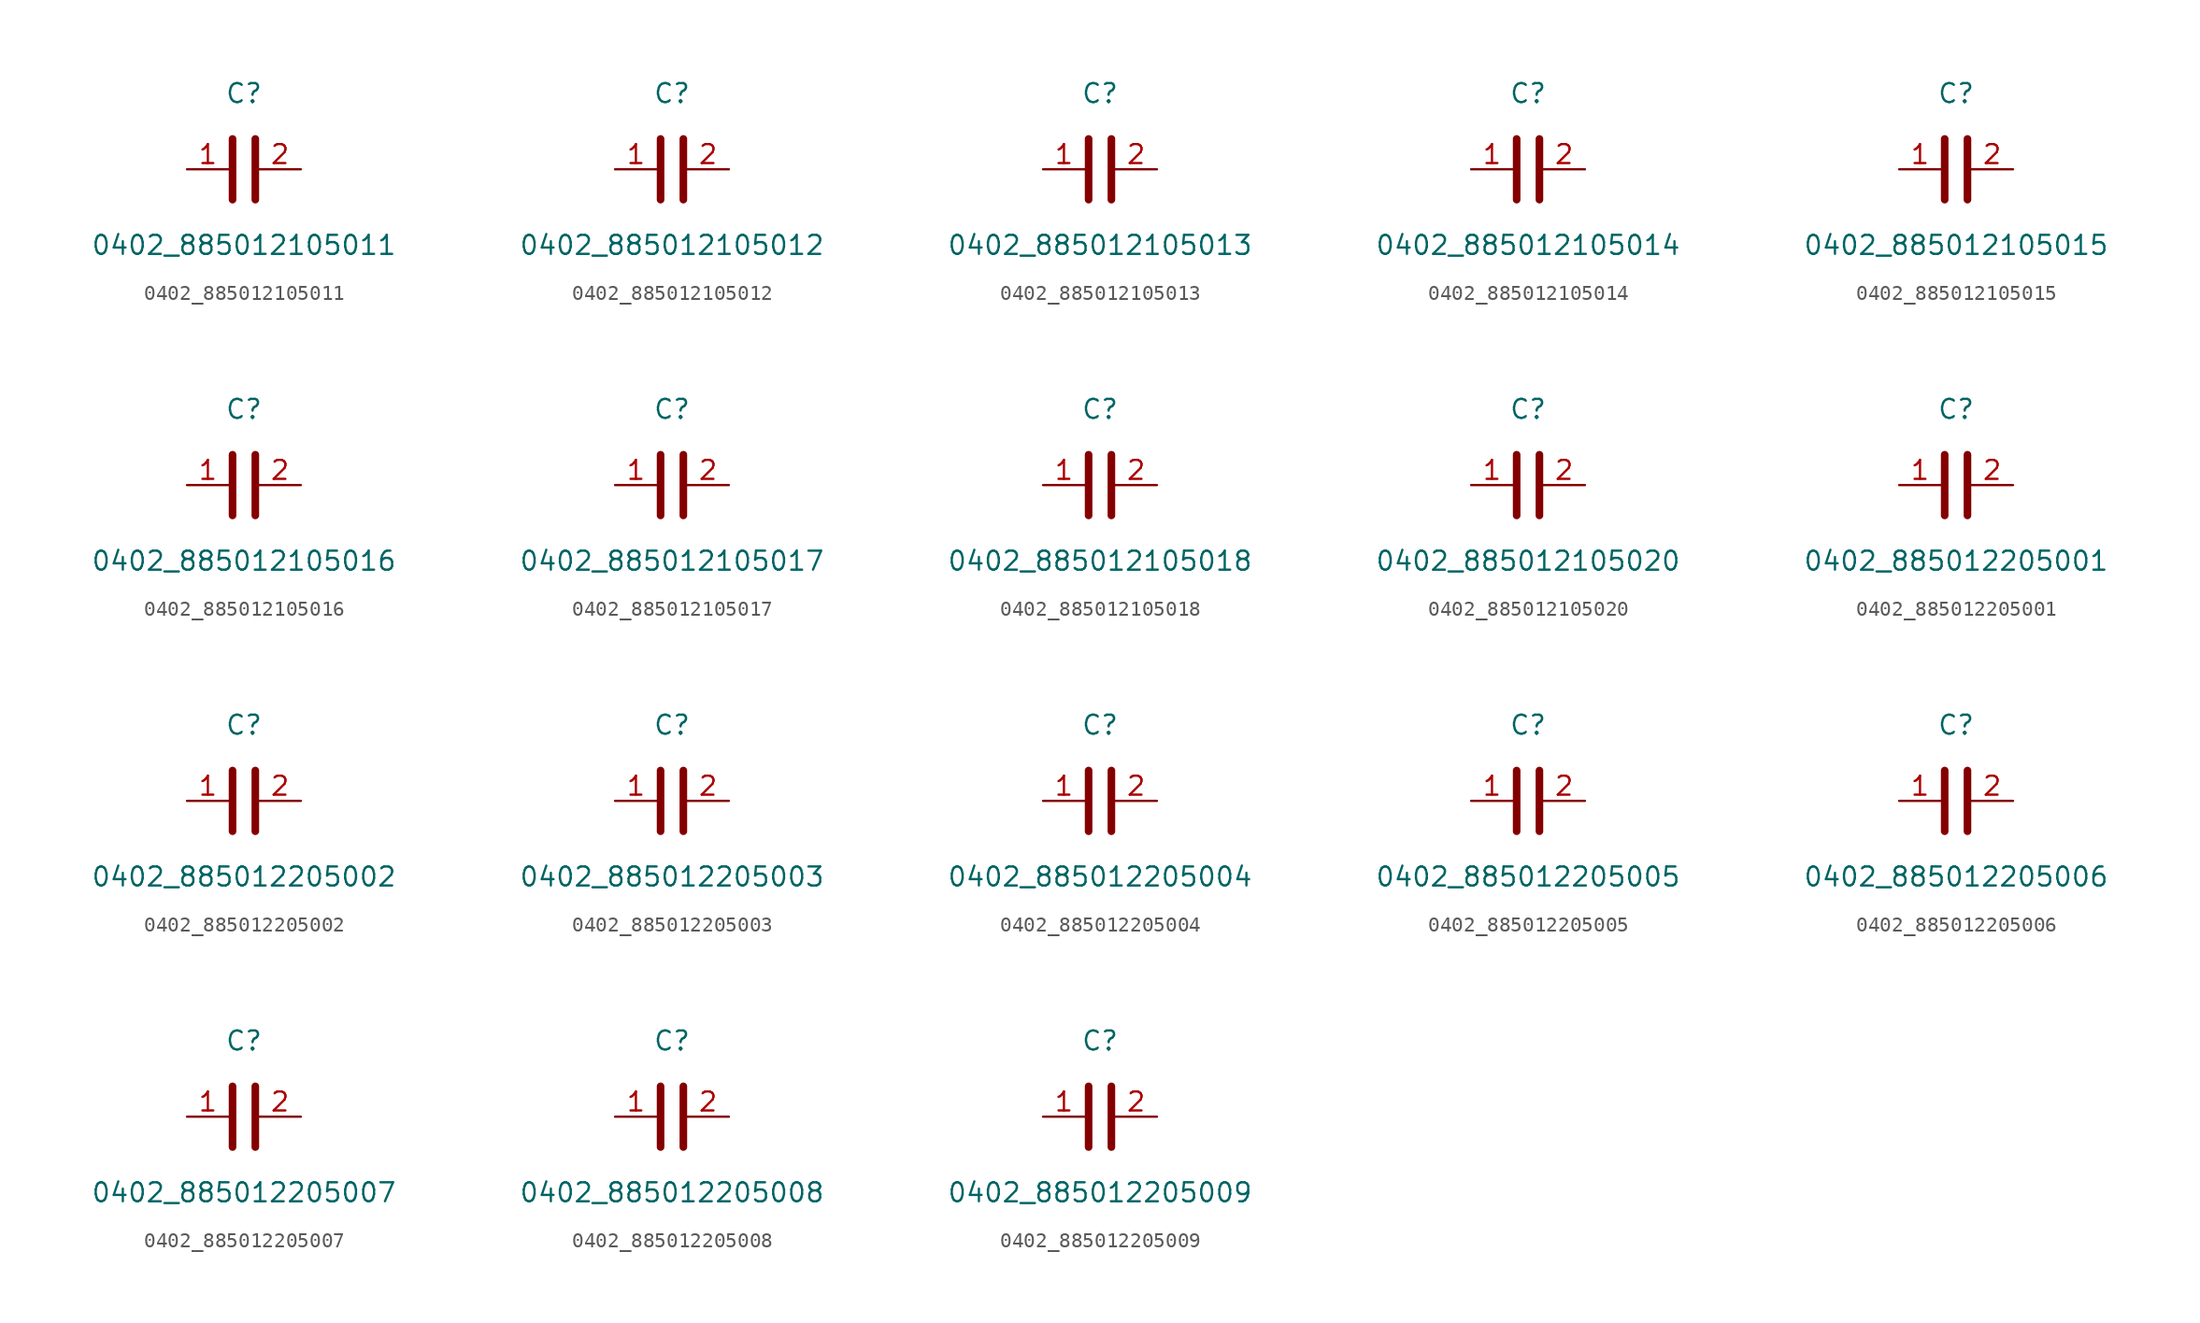
<source format=kicad_sym>
(kicad_symbol_lib
  (version 20220914)
  (generator kicad_symbol_editor)
  (symbol "0402_885012105011"
    (pin_names hide)
    (property "Reference" "C"
      (at 0 5.08 0)
      (effects (font (size 1.27 1.27))))
    (property "Value" "0402_885012105011"
      (at 0 -5.08 0)
      (effects (font (size 1.27 1.27))))
    (symbol "0402_885012105011_0_1"
      (polyline (pts (xy -0.762 -2.032) (xy -0.762 2.032)) (stroke (width 0.508) (type default)) (fill (type none)))
      (polyline (pts (xy 0.762 -2.032) (xy 0.762 2.032)) (stroke (width 0.508) (type default)) (fill (type none))))
    (symbol "0402_885012105011_1_1"
      (pin passive line (at -3.81 0 0) (length 2.794) (name "1" (effects (font (size 1.27 1.27)))) (number "1" (effects (font (size 1.27 1.27)))))
      (pin passive line (at 3.81 0 180) (length 2.794) (name "2" (effects (font (size 1.27 1.27)))) (number "2" (effects (font (size 1.27 1.27)))))))
  (symbol "0402_885012105012"
    (pin_names hide)
    (property "Reference" "C"
      (at 0 5.08 0)
      (effects (font (size 1.27 1.27))))
    (property "Value" "0402_885012105012"
      (at 0 -5.08 0)
      (effects (font (size 1.27 1.27))))
    (symbol "0402_885012105012_0_1"
      (polyline (pts (xy -0.762 -2.032) (xy -0.762 2.032)) (stroke (width 0.508) (type default)) (fill (type none)))
      (polyline (pts (xy 0.762 -2.032) (xy 0.762 2.032)) (stroke (width 0.508) (type default)) (fill (type none))))
    (symbol "0402_885012105012_1_1"
      (pin passive line (at -3.81 0 0) (length 2.794) (name "1" (effects (font (size 1.27 1.27)))) (number "1" (effects (font (size 1.27 1.27)))))
      (pin passive line (at 3.81 0 180) (length 2.794) (name "2" (effects (font (size 1.27 1.27)))) (number "2" (effects (font (size 1.27 1.27)))))))
  (symbol "0402_885012105013"
    (pin_names hide)
    (property "Reference" "C"
      (at 0 5.08 0)
      (effects (font (size 1.27 1.27))))
    (property "Value" "0402_885012105013"
      (at 0 -5.08 0)
      (effects (font (size 1.27 1.27))))
    (symbol "0402_885012105013_0_1"
      (polyline (pts (xy -0.762 -2.032) (xy -0.762 2.032)) (stroke (width 0.508) (type default)) (fill (type none)))
      (polyline (pts (xy 0.762 -2.032) (xy 0.762 2.032)) (stroke (width 0.508) (type default)) (fill (type none))))
    (symbol "0402_885012105013_1_1"
      (pin passive line (at -3.81 0 0) (length 2.794) (name "1" (effects (font (size 1.27 1.27)))) (number "1" (effects (font (size 1.27 1.27)))))
      (pin passive line (at 3.81 0 180) (length 2.794) (name "2" (effects (font (size 1.27 1.27)))) (number "2" (effects (font (size 1.27 1.27)))))))
  (symbol "0402_885012105014"
    (pin_names hide)
    (property "Reference" "C"
      (at 0 5.08 0)
      (effects (font (size 1.27 1.27))))
    (property "Value" "0402_885012105014"
      (at 0 -5.08 0)
      (effects (font (size 1.27 1.27))))
    (symbol "0402_885012105014_0_1"
      (polyline (pts (xy -0.762 -2.032) (xy -0.762 2.032)) (stroke (width 0.508) (type default)) (fill (type none)))
      (polyline (pts (xy 0.762 -2.032) (xy 0.762 2.032)) (stroke (width 0.508) (type default)) (fill (type none))))
    (symbol "0402_885012105014_1_1"
      (pin passive line (at -3.81 0 0) (length 2.794) (name "1" (effects (font (size 1.27 1.27)))) (number "1" (effects (font (size 1.27 1.27)))))
      (pin passive line (at 3.81 0 180) (length 2.794) (name "2" (effects (font (size 1.27 1.27)))) (number "2" (effects (font (size 1.27 1.27)))))))
  (symbol "0402_885012105015"
    (pin_names hide)
    (property "Reference" "C"
      (at 0 5.08 0)
      (effects (font (size 1.27 1.27))))
    (property "Value" "0402_885012105015"
      (at 0 -5.08 0)
      (effects (font (size 1.27 1.27))))
    (symbol "0402_885012105015_0_1"
      (polyline (pts (xy -0.762 -2.032) (xy -0.762 2.032)) (stroke (width 0.508) (type default)) (fill (type none)))
      (polyline (pts (xy 0.762 -2.032) (xy 0.762 2.032)) (stroke (width 0.508) (type default)) (fill (type none))))
    (symbol "0402_885012105015_1_1"
      (pin passive line (at -3.81 0 0) (length 2.794) (name "1" (effects (font (size 1.27 1.27)))) (number "1" (effects (font (size 1.27 1.27)))))
      (pin passive line (at 3.81 0 180) (length 2.794) (name "2" (effects (font (size 1.27 1.27)))) (number "2" (effects (font (size 1.27 1.27)))))))
  (symbol "0402_885012105016"
    (pin_names hide)
    (property "Reference" "C"
      (at 0 5.08 0)
      (effects (font (size 1.27 1.27))))
    (property "Value" "0402_885012105016"
      (at 0 -5.08 0)
      (effects (font (size 1.27 1.27))))
    (symbol "0402_885012105016_0_1"
      (polyline (pts (xy -0.762 -2.032) (xy -0.762 2.032)) (stroke (width 0.508) (type default)) (fill (type none)))
      (polyline (pts (xy 0.762 -2.032) (xy 0.762 2.032)) (stroke (width 0.508) (type default)) (fill (type none))))
    (symbol "0402_885012105016_1_1"
      (pin passive line (at -3.81 0 0) (length 2.794) (name "1" (effects (font (size 1.27 1.27)))) (number "1" (effects (font (size 1.27 1.27)))))
      (pin passive line (at 3.81 0 180) (length 2.794) (name "2" (effects (font (size 1.27 1.27)))) (number "2" (effects (font (size 1.27 1.27)))))))
  (symbol "0402_885012105017"
    (pin_names hide)
    (property "Reference" "C"
      (at 0 5.08 0)
      (effects (font (size 1.27 1.27))))
    (property "Value" "0402_885012105017"
      (at 0 -5.08 0)
      (effects (font (size 1.27 1.27))))
    (symbol "0402_885012105017_0_1"
      (polyline (pts (xy -0.762 -2.032) (xy -0.762 2.032)) (stroke (width 0.508) (type default)) (fill (type none)))
      (polyline (pts (xy 0.762 -2.032) (xy 0.762 2.032)) (stroke (width 0.508) (type default)) (fill (type none))))
    (symbol "0402_885012105017_1_1"
      (pin passive line (at -3.81 0 0) (length 2.794) (name "1" (effects (font (size 1.27 1.27)))) (number "1" (effects (font (size 1.27 1.27)))))
      (pin passive line (at 3.81 0 180) (length 2.794) (name "2" (effects (font (size 1.27 1.27)))) (number "2" (effects (font (size 1.27 1.27)))))))
  (symbol "0402_885012105018"
    (pin_names hide)
    (property "Reference" "C"
      (at 0 5.08 0)
      (effects (font (size 1.27 1.27))))
    (property "Value" "0402_885012105018"
      (at 0 -5.08 0)
      (effects (font (size 1.27 1.27))))
    (symbol "0402_885012105018_0_1"
      (polyline (pts (xy -0.762 -2.032) (xy -0.762 2.032)) (stroke (width 0.508) (type default)) (fill (type none)))
      (polyline (pts (xy 0.762 -2.032) (xy 0.762 2.032)) (stroke (width 0.508) (type default)) (fill (type none))))
    (symbol "0402_885012105018_1_1"
      (pin passive line (at -3.81 0 0) (length 2.794) (name "1" (effects (font (size 1.27 1.27)))) (number "1" (effects (font (size 1.27 1.27)))))
      (pin passive line (at 3.81 0 180) (length 2.794) (name "2" (effects (font (size 1.27 1.27)))) (number "2" (effects (font (size 1.27 1.27)))))))
  (symbol "0402_885012105020"
    (pin_names hide)
    (property "Reference" "C"
      (at 0 5.08 0)
      (effects (font (size 1.27 1.27))))
    (property "Value" "0402_885012105020"
      (at 0 -5.08 0)
      (effects (font (size 1.27 1.27))))
    (symbol "0402_885012105020_0_1"
      (polyline (pts (xy -0.762 -2.032) (xy -0.762 2.032)) (stroke (width 0.508) (type default)) (fill (type none)))
      (polyline (pts (xy 0.762 -2.032) (xy 0.762 2.032)) (stroke (width 0.508) (type default)) (fill (type none))))
    (symbol "0402_885012105020_1_1"
      (pin passive line (at -3.81 0 0) (length 2.794) (name "1" (effects (font (size 1.27 1.27)))) (number "1" (effects (font (size 1.27 1.27)))))
      (pin passive line (at 3.81 0 180) (length 2.794) (name "2" (effects (font (size 1.27 1.27)))) (number "2" (effects (font (size 1.27 1.27)))))))
  (symbol "0402_885012205001"
    (pin_names hide)
    (property "Reference" "C"
      (at 0 5.08 0)
      (effects (font (size 1.27 1.27))))
    (property "Value" "0402_885012205001"
      (at 0 -5.08 0)
      (effects (font (size 1.27 1.27))))
    (symbol "0402_885012205001_0_1"
      (polyline (pts (xy -0.762 -2.032) (xy -0.762 2.032)) (stroke (width 0.508) (type default)) (fill (type none)))
      (polyline (pts (xy 0.762 -2.032) (xy 0.762 2.032)) (stroke (width 0.508) (type default)) (fill (type none))))
    (symbol "0402_885012205001_1_1"
      (pin passive line (at -3.81 0 0) (length 2.794) (name "1" (effects (font (size 1.27 1.27)))) (number "1" (effects (font (size 1.27 1.27)))))
      (pin passive line (at 3.81 0 180) (length 2.794) (name "2" (effects (font (size 1.27 1.27)))) (number "2" (effects (font (size 1.27 1.27)))))))
  (symbol "0402_885012205002"
    (pin_names hide)
    (property "Reference" "C"
      (at 0 5.08 0)
      (effects (font (size 1.27 1.27))))
    (property "Value" "0402_885012205002"
      (at 0 -5.08 0)
      (effects (font (size 1.27 1.27))))
    (symbol "0402_885012205002_0_1"
      (polyline (pts (xy -0.762 -2.032) (xy -0.762 2.032)) (stroke (width 0.508) (type default)) (fill (type none)))
      (polyline (pts (xy 0.762 -2.032) (xy 0.762 2.032)) (stroke (width 0.508) (type default)) (fill (type none))))
    (symbol "0402_885012205002_1_1"
      (pin passive line (at -3.81 0 0) (length 2.794) (name "1" (effects (font (size 1.27 1.27)))) (number "1" (effects (font (size 1.27 1.27)))))
      (pin passive line (at 3.81 0 180) (length 2.794) (name "2" (effects (font (size 1.27 1.27)))) (number "2" (effects (font (size 1.27 1.27)))))))
  (symbol "0402_885012205003"
    (pin_names hide)
    (property "Reference" "C"
      (at 0 5.08 0)
      (effects (font (size 1.27 1.27))))
    (property "Value" "0402_885012205003"
      (at 0 -5.08 0)
      (effects (font (size 1.27 1.27))))
    (symbol "0402_885012205003_0_1"
      (polyline (pts (xy -0.762 -2.032) (xy -0.762 2.032)) (stroke (width 0.508) (type default)) (fill (type none)))
      (polyline (pts (xy 0.762 -2.032) (xy 0.762 2.032)) (stroke (width 0.508) (type default)) (fill (type none))))
    (symbol "0402_885012205003_1_1"
      (pin passive line (at -3.81 0 0) (length 2.794) (name "1" (effects (font (size 1.27 1.27)))) (number "1" (effects (font (size 1.27 1.27)))))
      (pin passive line (at 3.81 0 180) (length 2.794) (name "2" (effects (font (size 1.27 1.27)))) (number "2" (effects (font (size 1.27 1.27)))))))
  (symbol "0402_885012205004"
    (pin_names hide)
    (property "Reference" "C"
      (at 0 5.08 0)
      (effects (font (size 1.27 1.27))))
    (property "Value" "0402_885012205004"
      (at 0 -5.08 0)
      (effects (font (size 1.27 1.27))))
    (symbol "0402_885012205004_0_1"
      (polyline (pts (xy -0.762 -2.032) (xy -0.762 2.032)) (stroke (width 0.508) (type default)) (fill (type none)))
      (polyline (pts (xy 0.762 -2.032) (xy 0.762 2.032)) (stroke (width 0.508) (type default)) (fill (type none))))
    (symbol "0402_885012205004_1_1"
      (pin passive line (at -3.81 0 0) (length 2.794) (name "1" (effects (font (size 1.27 1.27)))) (number "1" (effects (font (size 1.27 1.27)))))
      (pin passive line (at 3.81 0 180) (length 2.794) (name "2" (effects (font (size 1.27 1.27)))) (number "2" (effects (font (size 1.27 1.27)))))))
  (symbol "0402_885012205005"
    (pin_names hide)
    (property "Reference" "C"
      (at 0 5.08 0)
      (effects (font (size 1.27 1.27))))
    (property "Value" "0402_885012205005"
      (at 0 -5.08 0)
      (effects (font (size 1.27 1.27))))
    (symbol "0402_885012205005_0_1"
      (polyline (pts (xy -0.762 -2.032) (xy -0.762 2.032)) (stroke (width 0.508) (type default)) (fill (type none)))
      (polyline (pts (xy 0.762 -2.032) (xy 0.762 2.032)) (stroke (width 0.508) (type default)) (fill (type none))))
    (symbol "0402_885012205005_1_1"
      (pin passive line (at -3.81 0 0) (length 2.794) (name "1" (effects (font (size 1.27 1.27)))) (number "1" (effects (font (size 1.27 1.27)))))
      (pin passive line (at 3.81 0 180) (length 2.794) (name "2" (effects (font (size 1.27 1.27)))) (number "2" (effects (font (size 1.27 1.27)))))))
  (symbol "0402_885012205006"
    (pin_names hide)
    (property "Reference" "C"
      (at 0 5.08 0)
      (effects (font (size 1.27 1.27))))
    (property "Value" "0402_885012205006"
      (at 0 -5.08 0)
      (effects (font (size 1.27 1.27))))
    (symbol "0402_885012205006_0_1"
      (polyline (pts (xy -0.762 -2.032) (xy -0.762 2.032)) (stroke (width 0.508) (type default)) (fill (type none)))
      (polyline (pts (xy 0.762 -2.032) (xy 0.762 2.032)) (stroke (width 0.508) (type default)) (fill (type none))))
    (symbol "0402_885012205006_1_1"
      (pin passive line (at -3.81 0 0) (length 2.794) (name "1" (effects (font (size 1.27 1.27)))) (number "1" (effects (font (size 1.27 1.27)))))
      (pin passive line (at 3.81 0 180) (length 2.794) (name "2" (effects (font (size 1.27 1.27)))) (number "2" (effects (font (size 1.27 1.27)))))))
  (symbol "0402_885012205007"
    (pin_names hide)
    (property "Reference" "C"
      (at 0 5.08 0)
      (effects (font (size 1.27 1.27))))
    (property "Value" "0402_885012205007"
      (at 0 -5.08 0)
      (effects (font (size 1.27 1.27))))
    (symbol "0402_885012205007_0_1"
      (polyline (pts (xy -0.762 -2.032) (xy -0.762 2.032)) (stroke (width 0.508) (type default)) (fill (type none)))
      (polyline (pts (xy 0.762 -2.032) (xy 0.762 2.032)) (stroke (width 0.508) (type default)) (fill (type none))))
    (symbol "0402_885012205007_1_1"
      (pin passive line (at -3.81 0 0) (length 2.794) (name "1" (effects (font (size 1.27 1.27)))) (number "1" (effects (font (size 1.27 1.27)))))
      (pin passive line (at 3.81 0 180) (length 2.794) (name "2" (effects (font (size 1.27 1.27)))) (number "2" (effects (font (size 1.27 1.27)))))))
  (symbol "0402_885012205008"
    (pin_names hide)
    (property "Reference" "C"
      (at 0 5.08 0)
      (effects (font (size 1.27 1.27))))
    (property "Value" "0402_885012205008"
      (at 0 -5.08 0)
      (effects (font (size 1.27 1.27))))
    (symbol "0402_885012205008_0_1"
      (polyline (pts (xy -0.762 -2.032) (xy -0.762 2.032)) (stroke (width 0.508) (type default)) (fill (type none)))
      (polyline (pts (xy 0.762 -2.032) (xy 0.762 2.032)) (stroke (width 0.508) (type default)) (fill (type none))))
    (symbol "0402_885012205008_1_1"
      (pin passive line (at -3.81 0 0) (length 2.794) (name "1" (effects (font (size 1.27 1.27)))) (number "1" (effects (font (size 1.27 1.27)))))
      (pin passive line (at 3.81 0 180) (length 2.794) (name "2" (effects (font (size 1.27 1.27)))) (number "2" (effects (font (size 1.27 1.27)))))))
  (symbol "0402_885012205009"
    (pin_names hide)
    (property "Reference" "C"
      (at 0 5.08 0)
      (effects (font (size 1.27 1.27))))
    (property "Value" "0402_885012205009"
      (at 0 -5.08 0)
      (effects (font (size 1.27 1.27))))
    (symbol "0402_885012205009_0_1"
      (polyline (pts (xy -0.762 -2.032) (xy -0.762 2.032)) (stroke (width 0.508) (type default)) (fill (type none)))
      (polyline (pts (xy 0.762 -2.032) (xy 0.762 2.032)) (stroke (width 0.508) (type default)) (fill (type none))))
    (symbol "0402_885012205009_1_1"
      (pin passive line (at -3.81 0 0) (length 2.794) (name "1" (effects (font (size 1.27 1.27)))) (number "1" (effects (font (size 1.27 1.27)))))
      (pin passive line (at 3.81 0 180) (length 2.794) (name "2" (effects (font (size 1.27 1.27)))) (number "2" (effects (font (size 1.27 1.27))))))))
</source>
